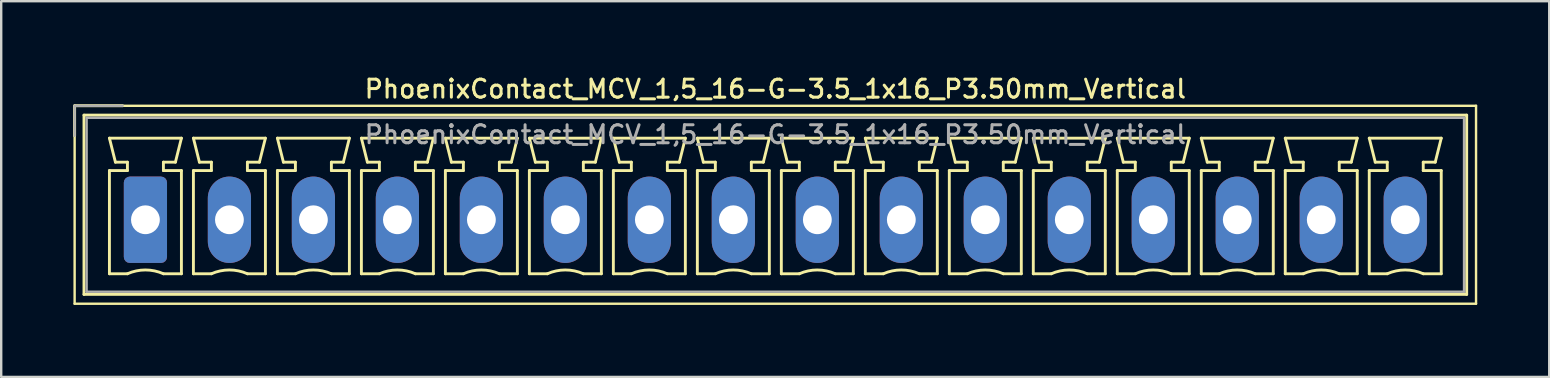
<source format=kicad_pcb>
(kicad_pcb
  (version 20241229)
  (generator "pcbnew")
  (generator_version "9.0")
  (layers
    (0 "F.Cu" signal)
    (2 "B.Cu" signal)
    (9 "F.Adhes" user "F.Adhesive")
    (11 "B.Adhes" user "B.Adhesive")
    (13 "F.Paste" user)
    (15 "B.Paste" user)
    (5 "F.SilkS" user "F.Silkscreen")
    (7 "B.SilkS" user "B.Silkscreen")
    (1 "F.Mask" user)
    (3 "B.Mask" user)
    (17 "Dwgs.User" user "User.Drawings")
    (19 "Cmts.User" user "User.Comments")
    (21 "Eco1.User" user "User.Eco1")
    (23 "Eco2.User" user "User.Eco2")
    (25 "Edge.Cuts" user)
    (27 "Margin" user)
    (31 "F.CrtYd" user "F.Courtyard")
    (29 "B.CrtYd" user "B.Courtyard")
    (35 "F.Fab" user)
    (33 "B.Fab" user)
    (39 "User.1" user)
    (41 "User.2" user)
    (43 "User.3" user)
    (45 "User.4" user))
  (footprint "PhoenixContact_MCV_1,5_16-G-3.5_1x16_P3.50mm_Vertical"
    (layer "F.Cu")
    (at 3.01 6.108)
    (property "Reference" "PhoenixContact_MCV_1,5_16-G-3.5_1x16_P3.50mm_Vertical" (at 26.25 -5.45 0) (layer "F.SilkS") (effects (font (size 0.75 0.75) (thickness 0.125))))
    (attr through_hole)
    (fp_line (start -2.95 -4.75) (end -2.95 3.5) (stroke (width 0.1) (type solid)) (layer "F.SilkS"))
    (fp_line (start -2.95 -4.75) (end -0.95 -4.75) (stroke (width 0.12) (type solid)) (layer "F.SilkS"))
    (fp_line (start -2.95 -3.5) (end -2.95 -4.75) (stroke (width 0.12) (type solid)) (layer "F.SilkS"))
    (fp_line (start -2.95 3.5) (end 55.45 3.5) (stroke (width 0.1) (type solid)) (layer "F.SilkS"))
    (fp_line (start -2.56 -4.36) (end -2.56 3.11) (stroke (width 0.12) (type solid)) (layer "F.SilkS"))
    (fp_line (start -2.56 3.11) (end 55.06 3.11) (stroke (width 0.12) (type solid)) (layer "F.SilkS"))
    (fp_line (start -1.5 -3.4) (end 1.5 -3.4) (stroke (width 0.12) (type solid)) (layer "F.SilkS"))
    (fp_line (start -1.5 -2.05) (end -0.75 -2.05) (stroke (width 0.12) (type solid)) (layer "F.SilkS"))
    (fp_line (start -1.5 2.25) (end -1.5 -2.05) (stroke (width 0.12) (type solid)) (layer "F.SilkS"))
    (fp_line (start -1.25 -2.4) (end -1.5 -3.4) (stroke (width 0.12) (type solid)) (layer "F.SilkS"))
    (fp_line (start -0.75 -2.4) (end -1.25 -2.4) (stroke (width 0.12) (type solid)) (layer "F.SilkS"))
    (fp_line (start -0.75 -2.05) (end -0.75 -2.4) (stroke (width 0.12) (type solid)) (layer "F.SilkS"))
    (fp_line (start -0.75 2.25) (end -1.5 2.25) (stroke (width 0.12) (type solid)) (layer "F.SilkS"))
    (fp_line (start 0.75 -2.4) (end 0.75 -2.05) (stroke (width 0.12) (type solid)) (layer "F.SilkS"))
    (fp_line (start 0.75 -2.05) (end 1.5 -2.05) (stroke (width 0.12) (type solid)) (layer "F.SilkS"))
    (fp_line (start 1.25 -2.4) (end 0.75 -2.4) (stroke (width 0.12) (type solid)) (layer "F.SilkS"))
    (fp_line (start 1.5 -3.4) (end 1.25 -2.4) (stroke (width 0.12) (type solid)) (layer "F.SilkS"))
    (fp_line (start 1.5 -2.05) (end 1.5 2.25) (stroke (width 0.12) (type solid)) (layer "F.SilkS"))
    (fp_line (start 1.5 2.25) (end 0.75 2.25) (stroke (width 0.12) (type solid)) (layer "F.SilkS"))
    (fp_line (start 2 -3.4) (end 5 -3.4) (stroke (width 0.12) (type solid)) (layer "F.SilkS"))
    (fp_line (start 2 -2.05) (end 2.75 -2.05) (stroke (width 0.12) (type solid)) (layer "F.SilkS"))
    (fp_line (start 2 2.25) (end 2 -2.05) (stroke (width 0.12) (type solid)) (layer "F.SilkS"))
    (fp_line (start 2.25 -2.4) (end 2 -3.4) (stroke (width 0.12) (type solid)) (layer "F.SilkS"))
    (fp_line (start 2.75 -2.4) (end 2.25 -2.4) (stroke (width 0.12) (type solid)) (layer "F.SilkS"))
    (fp_line (start 2.75 -2.05) (end 2.75 -2.4) (stroke (width 0.12) (type solid)) (layer "F.SilkS"))
    (fp_line (start 2.75 2.25) (end 2 2.25) (stroke (width 0.12) (type solid)) (layer "F.SilkS"))
    (fp_line (start 4.25 -2.4) (end 4.25 -2.05) (stroke (width 0.12) (type solid)) (layer "F.SilkS"))
    (fp_line (start 4.25 -2.05) (end 5 -2.05) (stroke (width 0.12) (type solid)) (layer "F.SilkS"))
    (fp_line (start 4.75 -2.4) (end 4.25 -2.4) (stroke (width 0.12) (type solid)) (layer "F.SilkS"))
    (fp_line (start 5 -3.4) (end 4.75 -2.4) (stroke (width 0.12) (type solid)) (layer "F.SilkS"))
    (fp_line (start 5 -2.05) (end 5 2.25) (stroke (width 0.12) (type solid)) (layer "F.SilkS"))
    (fp_line (start 5 2.25) (end 4.25 2.25) (stroke (width 0.12) (type solid)) (layer "F.SilkS"))
    (fp_line (start 5.5 -3.4) (end 8.5 -3.4) (stroke (width 0.12) (type solid)) (layer "F.SilkS"))
    (fp_line (start 5.5 -2.05) (end 6.25 -2.05) (stroke (width 0.12) (type solid)) (layer "F.SilkS"))
    (fp_line (start 5.5 2.25) (end 5.5 -2.05) (stroke (width 0.12) (type solid)) (layer "F.SilkS"))
    (fp_line (start 5.75 -2.4) (end 5.5 -3.4) (stroke (width 0.12) (type solid)) (layer "F.SilkS"))
    (fp_line (start 6.25 -2.4) (end 5.75 -2.4) (stroke (width 0.12) (type solid)) (layer "F.SilkS"))
    (fp_line (start 6.25 -2.05) (end 6.25 -2.4) (stroke (width 0.12) (type solid)) (layer "F.SilkS"))
    (fp_line (start 6.25 2.25) (end 5.5 2.25) (stroke (width 0.12) (type solid)) (layer "F.SilkS"))
    (fp_line (start 7.75 -2.4) (end 7.75 -2.05) (stroke (width 0.12) (type solid)) (layer "F.SilkS"))
    (fp_line (start 7.75 -2.05) (end 8.5 -2.05) (stroke (width 0.12) (type solid)) (layer "F.SilkS"))
    (fp_line (start 8.25 -2.4) (end 7.75 -2.4) (stroke (width 0.12) (type solid)) (layer "F.SilkS"))
    (fp_line (start 8.5 -3.4) (end 8.25 -2.4) (stroke (width 0.12) (type solid)) (layer "F.SilkS"))
    (fp_line (start 8.5 -2.05) (end 8.5 2.25) (stroke (width 0.12) (type solid)) (layer "F.SilkS"))
    (fp_line (start 8.5 2.25) (end 7.75 2.25) (stroke (width 0.12) (type solid)) (layer "F.SilkS"))
    (fp_line (start 9 -3.4) (end 12 -3.4) (stroke (width 0.12) (type solid)) (layer "F.SilkS"))
    (fp_line (start 9 -2.05) (end 9.75 -2.05) (stroke (width 0.12) (type solid)) (layer "F.SilkS"))
    (fp_line (start 9 2.25) (end 9 -2.05) (stroke (width 0.12) (type solid)) (layer "F.SilkS"))
    (fp_line (start 9.25 -2.4) (end 9 -3.4) (stroke (width 0.12) (type solid)) (layer "F.SilkS"))
    (fp_line (start 9.75 -2.4) (end 9.25 -2.4) (stroke (width 0.12) (type solid)) (layer "F.SilkS"))
    (fp_line (start 9.75 -2.05) (end 9.75 -2.4) (stroke (width 0.12) (type solid)) (layer "F.SilkS"))
    (fp_line (start 9.75 2.25) (end 9 2.25) (stroke (width 0.12) (type solid)) (layer "F.SilkS"))
    (fp_line (start 11.25 -2.4) (end 11.25 -2.05) (stroke (width 0.12) (type solid)) (layer "F.SilkS"))
    (fp_line (start 11.25 -2.05) (end 12 -2.05) (stroke (width 0.12) (type solid)) (layer "F.SilkS"))
    (fp_line (start 11.75 -2.4) (end 11.25 -2.4) (stroke (width 0.12) (type solid)) (layer "F.SilkS"))
    (fp_line (start 12 -3.4) (end 11.75 -2.4) (stroke (width 0.12) (type solid)) (layer "F.SilkS"))
    (fp_line (start 12 -2.05) (end 12 2.25) (stroke (width 0.12) (type solid)) (layer "F.SilkS"))
    (fp_line (start 12 2.25) (end 11.25 2.25) (stroke (width 0.12) (type solid)) (layer "F.SilkS"))
    (fp_line (start 12.5 -3.4) (end 15.5 -3.4) (stroke (width 0.12) (type solid)) (layer "F.SilkS"))
    (fp_line (start 12.5 -2.05) (end 13.25 -2.05) (stroke (width 0.12) (type solid)) (layer "F.SilkS"))
    (fp_line (start 12.5 2.25) (end 12.5 -2.05) (stroke (width 0.12) (type solid)) (layer "F.SilkS"))
    (fp_line (start 12.75 -2.4) (end 12.5 -3.4) (stroke (width 0.12) (type solid)) (layer "F.SilkS"))
    (fp_line (start 13.25 -2.4) (end 12.75 -2.4) (stroke (width 0.12) (type solid)) (layer "F.SilkS"))
    (fp_line (start 13.25 -2.05) (end 13.25 -2.4) (stroke (width 0.12) (type solid)) (layer "F.SilkS"))
    (fp_line (start 13.25 2.25) (end 12.5 2.25) (stroke (width 0.12) (type solid)) (layer "F.SilkS"))
    (fp_line (start 14.75 -2.4) (end 14.75 -2.05) (stroke (width 0.12) (type solid)) (layer "F.SilkS"))
    (fp_line (start 14.75 -2.05) (end 15.5 -2.05) (stroke (width 0.12) (type solid)) (layer "F.SilkS"))
    (fp_line (start 15.25 -2.4) (end 14.75 -2.4) (stroke (width 0.12) (type solid)) (layer "F.SilkS"))
    (fp_line (start 15.5 -3.4) (end 15.25 -2.4) (stroke (width 0.12) (type solid)) (layer "F.SilkS"))
    (fp_line (start 15.5 -2.05) (end 15.5 2.25) (stroke (width 0.12) (type solid)) (layer "F.SilkS"))
    (fp_line (start 15.5 2.25) (end 14.75 2.25) (stroke (width 0.12) (type solid)) (layer "F.SilkS"))
    (fp_line (start 16 -3.4) (end 19 -3.4) (stroke (width 0.12) (type solid)) (layer "F.SilkS"))
    (fp_line (start 16 -2.05) (end 16.75 -2.05) (stroke (width 0.12) (type solid)) (layer "F.SilkS"))
    (fp_line (start 16 2.25) (end 16 -2.05) (stroke (width 0.12) (type solid)) (layer "F.SilkS"))
    (fp_line (start 16.25 -2.4) (end 16 -3.4) (stroke (width 0.12) (type solid)) (layer "F.SilkS"))
    (fp_line (start 16.75 -2.4) (end 16.25 -2.4) (stroke (width 0.12) (type solid)) (layer "F.SilkS"))
    (fp_line (start 16.75 -2.05) (end 16.75 -2.4) (stroke (width 0.12) (type solid)) (layer "F.SilkS"))
    (fp_line (start 16.75 2.25) (end 16 2.25) (stroke (width 0.12) (type solid)) (layer "F.SilkS"))
    (fp_line (start 18.25 -2.4) (end 18.25 -2.05) (stroke (width 0.12) (type solid)) (layer "F.SilkS"))
    (fp_line (start 18.25 -2.05) (end 19 -2.05) (stroke (width 0.12) (type solid)) (layer "F.SilkS"))
    (fp_line (start 18.75 -2.4) (end 18.25 -2.4) (stroke (width 0.12) (type solid)) (layer "F.SilkS"))
    (fp_line (start 19 -3.4) (end 18.75 -2.4) (stroke (width 0.12) (type solid)) (layer "F.SilkS"))
    (fp_line (start 19 -2.05) (end 19 2.25) (stroke (width 0.12) (type solid)) (layer "F.SilkS"))
    (fp_line (start 19 2.25) (end 18.25 2.25) (stroke (width 0.12) (type solid)) (layer "F.SilkS"))
    (fp_line (start 19.5 -3.4) (end 22.5 -3.4) (stroke (width 0.12) (type solid)) (layer "F.SilkS"))
    (fp_line (start 19.5 -2.05) (end 20.25 -2.05) (stroke (width 0.12) (type solid)) (layer "F.SilkS"))
    (fp_line (start 19.5 2.25) (end 19.5 -2.05) (stroke (width 0.12) (type solid)) (layer "F.SilkS"))
    (fp_line (start 19.75 -2.4) (end 19.5 -3.4) (stroke (width 0.12) (type solid)) (layer "F.SilkS"))
    (fp_line (start 20.25 -2.4) (end 19.75 -2.4) (stroke (width 0.12) (type solid)) (layer "F.SilkS"))
    (fp_line (start 20.25 -2.05) (end 20.25 -2.4) (stroke (width 0.12) (type solid)) (layer "F.SilkS"))
    (fp_line (start 20.25 2.25) (end 19.5 2.25) (stroke (width 0.12) (type solid)) (layer "F.SilkS"))
    (fp_line (start 21.75 -2.4) (end 21.75 -2.05) (stroke (width 0.12) (type solid)) (layer "F.SilkS"))
    (fp_line (start 21.75 -2.05) (end 22.5 -2.05) (stroke (width 0.12) (type solid)) (layer "F.SilkS"))
    (fp_line (start 22.25 -2.4) (end 21.75 -2.4) (stroke (width 0.12) (type solid)) (layer "F.SilkS"))
    (fp_line (start 22.5 -3.4) (end 22.25 -2.4) (stroke (width 0.12) (type solid)) (layer "F.SilkS"))
    (fp_line (start 22.5 -2.05) (end 22.5 2.25) (stroke (width 0.12) (type solid)) (layer "F.SilkS"))
    (fp_line (start 22.5 2.25) (end 21.75 2.25) (stroke (width 0.12) (type solid)) (layer "F.SilkS"))
    (fp_line (start 23 -3.4) (end 26 -3.4) (stroke (width 0.12) (type solid)) (layer "F.SilkS"))
    (fp_line (start 23 -2.05) (end 23.75 -2.05) (stroke (width 0.12) (type solid)) (layer "F.SilkS"))
    (fp_line (start 23 2.25) (end 23 -2.05) (stroke (width 0.12) (type solid)) (layer "F.SilkS"))
    (fp_line (start 23.25 -2.4) (end 23 -3.4) (stroke (width 0.12) (type solid)) (layer "F.SilkS"))
    (fp_line (start 23.75 -2.4) (end 23.25 -2.4) (stroke (width 0.12) (type solid)) (layer "F.SilkS"))
    (fp_line (start 23.75 -2.05) (end 23.75 -2.4) (stroke (width 0.12) (type solid)) (layer "F.SilkS"))
    (fp_line (start 23.75 2.25) (end 23 2.25) (stroke (width 0.12) (type solid)) (layer "F.SilkS"))
    (fp_line (start 25.25 -2.4) (end 25.25 -2.05) (stroke (width 0.12) (type solid)) (layer "F.SilkS"))
    (fp_line (start 25.25 -2.05) (end 26 -2.05) (stroke (width 0.12) (type solid)) (layer "F.SilkS"))
    (fp_line (start 25.75 -2.4) (end 25.25 -2.4) (stroke (width 0.12) (type solid)) (layer "F.SilkS"))
    (fp_line (start 26 -3.4) (end 25.75 -2.4) (stroke (width 0.12) (type solid)) (layer "F.SilkS"))
    (fp_line (start 26 -2.05) (end 26 2.25) (stroke (width 0.12) (type solid)) (layer "F.SilkS"))
    (fp_line (start 26 2.25) (end 25.25 2.25) (stroke (width 0.12) (type solid)) (layer "F.SilkS"))
    (fp_line (start 26.5 -3.4) (end 29.5 -3.4) (stroke (width 0.12) (type solid)) (layer "F.SilkS"))
    (fp_line (start 26.5 -2.05) (end 27.25 -2.05) (stroke (width 0.12) (type solid)) (layer "F.SilkS"))
    (fp_line (start 26.5 2.25) (end 26.5 -2.05) (stroke (width 0.12) (type solid)) (layer "F.SilkS"))
    (fp_line (start 26.75 -2.4) (end 26.5 -3.4) (stroke (width 0.12) (type solid)) (layer "F.SilkS"))
    (fp_line (start 27.25 -2.4) (end 26.75 -2.4) (stroke (width 0.12) (type solid)) (layer "F.SilkS"))
    (fp_line (start 27.25 -2.05) (end 27.25 -2.4) (stroke (width 0.12) (type solid)) (layer "F.SilkS"))
    (fp_line (start 27.25 2.25) (end 26.5 2.25) (stroke (width 0.12) (type solid)) (layer "F.SilkS"))
    (fp_line (start 28.75 -2.4) (end 28.75 -2.05) (stroke (width 0.12) (type solid)) (layer "F.SilkS"))
    (fp_line (start 28.75 -2.05) (end 29.5 -2.05) (stroke (width 0.12) (type solid)) (layer "F.SilkS"))
    (fp_line (start 29.25 -2.4) (end 28.75 -2.4) (stroke (width 0.12) (type solid)) (layer "F.SilkS"))
    (fp_line (start 29.5 -3.4) (end 29.25 -2.4) (stroke (width 0.12) (type solid)) (layer "F.SilkS"))
    (fp_line (start 29.5 -2.05) (end 29.5 2.25) (stroke (width 0.12) (type solid)) (layer "F.SilkS"))
    (fp_line (start 29.5 2.25) (end 28.75 2.25) (stroke (width 0.12) (type solid)) (layer "F.SilkS"))
    (fp_line (start 30 -3.4) (end 33 -3.4) (stroke (width 0.12) (type solid)) (layer "F.SilkS"))
    (fp_line (start 30 -2.05) (end 30.75 -2.05) (stroke (width 0.12) (type solid)) (layer "F.SilkS"))
    (fp_line (start 30 2.25) (end 30 -2.05) (stroke (width 0.12) (type solid)) (layer "F.SilkS"))
    (fp_line (start 30.25 -2.4) (end 30 -3.4) (stroke (width 0.12) (type solid)) (layer "F.SilkS"))
    (fp_line (start 30.75 -2.4) (end 30.25 -2.4) (stroke (width 0.12) (type solid)) (layer "F.SilkS"))
    (fp_line (start 30.75 -2.05) (end 30.75 -2.4) (stroke (width 0.12) (type solid)) (layer "F.SilkS"))
    (fp_line (start 30.75 2.25) (end 30 2.25) (stroke (width 0.12) (type solid)) (layer "F.SilkS"))
    (fp_line (start 32.25 -2.4) (end 32.25 -2.05) (stroke (width 0.12) (type solid)) (layer "F.SilkS"))
    (fp_line (start 32.25 -2.05) (end 33 -2.05) (stroke (width 0.12) (type solid)) (layer "F.SilkS"))
    (fp_line (start 32.75 -2.4) (end 32.25 -2.4) (stroke (width 0.12) (type solid)) (layer "F.SilkS"))
    (fp_line (start 33 -3.4) (end 32.75 -2.4) (stroke (width 0.12) (type solid)) (layer "F.SilkS"))
    (fp_line (start 33 -2.05) (end 33 2.25) (stroke (width 0.12) (type solid)) (layer "F.SilkS"))
    (fp_line (start 33 2.25) (end 32.25 2.25) (stroke (width 0.12) (type solid)) (layer "F.SilkS"))
    (fp_line (start 33.5 -3.4) (end 36.5 -3.4) (stroke (width 0.12) (type solid)) (layer "F.SilkS"))
    (fp_line (start 33.5 -2.05) (end 34.25 -2.05) (stroke (width 0.12) (type solid)) (layer "F.SilkS"))
    (fp_line (start 33.5 2.25) (end 33.5 -2.05) (stroke (width 0.12) (type solid)) (layer "F.SilkS"))
    (fp_line (start 33.75 -2.4) (end 33.5 -3.4) (stroke (width 0.12) (type solid)) (layer "F.SilkS"))
    (fp_line (start 34.25 -2.4) (end 33.75 -2.4) (stroke (width 0.12) (type solid)) (layer "F.SilkS"))
    (fp_line (start 34.25 -2.05) (end 34.25 -2.4) (stroke (width 0.12) (type solid)) (layer "F.SilkS"))
    (fp_line (start 34.25 2.25) (end 33.5 2.25) (stroke (width 0.12) (type solid)) (layer "F.SilkS"))
    (fp_line (start 35.75 -2.4) (end 35.75 -2.05) (stroke (width 0.12) (type solid)) (layer "F.SilkS"))
    (fp_line (start 35.75 -2.05) (end 36.5 -2.05) (stroke (width 0.12) (type solid)) (layer "F.SilkS"))
    (fp_line (start 36.25 -2.4) (end 35.75 -2.4) (stroke (width 0.12) (type solid)) (layer "F.SilkS"))
    (fp_line (start 36.5 -3.4) (end 36.25 -2.4) (stroke (width 0.12) (type solid)) (layer "F.SilkS"))
    (fp_line (start 36.5 -2.05) (end 36.5 2.25) (stroke (width 0.12) (type solid)) (layer "F.SilkS"))
    (fp_line (start 36.5 2.25) (end 35.75 2.25) (stroke (width 0.12) (type solid)) (layer "F.SilkS"))
    (fp_line (start 37 -3.4) (end 40 -3.4) (stroke (width 0.12) (type solid)) (layer "F.SilkS"))
    (fp_line (start 37 -2.05) (end 37.75 -2.05) (stroke (width 0.12) (type solid)) (layer "F.SilkS"))
    (fp_line (start 37 2.25) (end 37 -2.05) (stroke (width 0.12) (type solid)) (layer "F.SilkS"))
    (fp_line (start 37.25 -2.4) (end 37 -3.4) (stroke (width 0.12) (type solid)) (layer "F.SilkS"))
    (fp_line (start 37.75 -2.4) (end 37.25 -2.4) (stroke (width 0.12) (type solid)) (layer "F.SilkS"))
    (fp_line (start 37.75 -2.05) (end 37.75 -2.4) (stroke (width 0.12) (type solid)) (layer "F.SilkS"))
    (fp_line (start 37.75 2.25) (end 37 2.25) (stroke (width 0.12) (type solid)) (layer "F.SilkS"))
    (fp_line (start 39.25 -2.4) (end 39.25 -2.05) (stroke (width 0.12) (type solid)) (layer "F.SilkS"))
    (fp_line (start 39.25 -2.05) (end 40 -2.05) (stroke (width 0.12) (type solid)) (layer "F.SilkS"))
    (fp_line (start 39.75 -2.4) (end 39.25 -2.4) (stroke (width 0.12) (type solid)) (layer "F.SilkS"))
    (fp_line (start 40 -3.4) (end 39.75 -2.4) (stroke (width 0.12) (type solid)) (layer "F.SilkS"))
    (fp_line (start 40 -2.05) (end 40 2.25) (stroke (width 0.12) (type solid)) (layer "F.SilkS"))
    (fp_line (start 40 2.25) (end 39.25 2.25) (stroke (width 0.12) (type solid)) (layer "F.SilkS"))
    (fp_line (start 40.5 -3.4) (end 43.5 -3.4) (stroke (width 0.12) (type solid)) (layer "F.SilkS"))
    (fp_line (start 40.5 -2.05) (end 41.25 -2.05) (stroke (width 0.12) (type solid)) (layer "F.SilkS"))
    (fp_line (start 40.5 2.25) (end 40.5 -2.05) (stroke (width 0.12) (type solid)) (layer "F.SilkS"))
    (fp_line (start 40.75 -2.4) (end 40.5 -3.4) (stroke (width 0.12) (type solid)) (layer "F.SilkS"))
    (fp_line (start 41.25 -2.4) (end 40.75 -2.4) (stroke (width 0.12) (type solid)) (layer "F.SilkS"))
    (fp_line (start 41.25 -2.05) (end 41.25 -2.4) (stroke (width 0.12) (type solid)) (layer "F.SilkS"))
    (fp_line (start 41.25 2.25) (end 40.5 2.25) (stroke (width 0.12) (type solid)) (layer "F.SilkS"))
    (fp_line (start 42.75 -2.4) (end 42.75 -2.05) (stroke (width 0.12) (type solid)) (layer "F.SilkS"))
    (fp_line (start 42.75 -2.05) (end 43.5 -2.05) (stroke (width 0.12) (type solid)) (layer "F.SilkS"))
    (fp_line (start 43.25 -2.4) (end 42.75 -2.4) (stroke (width 0.12) (type solid)) (layer "F.SilkS"))
    (fp_line (start 43.5 -3.4) (end 43.25 -2.4) (stroke (width 0.12) (type solid)) (layer "F.SilkS"))
    (fp_line (start 43.5 -2.05) (end 43.5 2.25) (stroke (width 0.12) (type solid)) (layer "F.SilkS"))
    (fp_line (start 43.5 2.25) (end 42.75 2.25) (stroke (width 0.12) (type solid)) (layer "F.SilkS"))
    (fp_line (start 44 -3.4) (end 47 -3.4) (stroke (width 0.12) (type solid)) (layer "F.SilkS"))
    (fp_line (start 44 -2.05) (end 44.75 -2.05) (stroke (width 0.12) (type solid)) (layer "F.SilkS"))
    (fp_line (start 44 2.25) (end 44 -2.05) (stroke (width 0.12) (type solid)) (layer "F.SilkS"))
    (fp_line (start 44.25 -2.4) (end 44 -3.4) (stroke (width 0.12) (type solid)) (layer "F.SilkS"))
    (fp_line (start 44.75 -2.4) (end 44.25 -2.4) (stroke (width 0.12) (type solid)) (layer "F.SilkS"))
    (fp_line (start 44.75 -2.05) (end 44.75 -2.4) (stroke (width 0.12) (type solid)) (layer "F.SilkS"))
    (fp_line (start 44.75 2.25) (end 44 2.25) (stroke (width 0.12) (type solid)) (layer "F.SilkS"))
    (fp_line (start 46.25 -2.4) (end 46.25 -2.05) (stroke (width 0.12) (type solid)) (layer "F.SilkS"))
    (fp_line (start 46.25 -2.05) (end 47 -2.05) (stroke (width 0.12) (type solid)) (layer "F.SilkS"))
    (fp_line (start 46.75 -2.4) (end 46.25 -2.4) (stroke (width 0.12) (type solid)) (layer "F.SilkS"))
    (fp_line (start 47 -3.4) (end 46.75 -2.4) (stroke (width 0.12) (type solid)) (layer "F.SilkS"))
    (fp_line (start 47 -2.05) (end 47 2.25) (stroke (width 0.12) (type solid)) (layer "F.SilkS"))
    (fp_line (start 47 2.25) (end 46.25 2.25) (stroke (width 0.12) (type solid)) (layer "F.SilkS"))
    (fp_line (start 47.5 -3.4) (end 50.5 -3.4) (stroke (width 0.12) (type solid)) (layer "F.SilkS"))
    (fp_line (start 47.5 -2.05) (end 48.25 -2.05) (stroke (width 0.12) (type solid)) (layer "F.SilkS"))
    (fp_line (start 47.5 2.25) (end 47.5 -2.05) (stroke (width 0.12) (type solid)) (layer "F.SilkS"))
    (fp_line (start 47.75 -2.4) (end 47.5 -3.4) (stroke (width 0.12) (type solid)) (layer "F.SilkS"))
    (fp_line (start 48.25 -2.4) (end 47.75 -2.4) (stroke (width 0.12) (type solid)) (layer "F.SilkS"))
    (fp_line (start 48.25 -2.05) (end 48.25 -2.4) (stroke (width 0.12) (type solid)) (layer "F.SilkS"))
    (fp_line (start 48.25 2.25) (end 47.5 2.25) (stroke (width 0.12) (type solid)) (layer "F.SilkS"))
    (fp_line (start 49.75 -2.4) (end 49.75 -2.05) (stroke (width 0.12) (type solid)) (layer "F.SilkS"))
    (fp_line (start 49.75 -2.05) (end 50.5 -2.05) (stroke (width 0.12) (type solid)) (layer "F.SilkS"))
    (fp_line (start 50.25 -2.4) (end 49.75 -2.4) (stroke (width 0.12) (type solid)) (layer "F.SilkS"))
    (fp_line (start 50.5 -3.4) (end 50.25 -2.4) (stroke (width 0.12) (type solid)) (layer "F.SilkS"))
    (fp_line (start 50.5 -2.05) (end 50.5 2.25) (stroke (width 0.12) (type solid)) (layer "F.SilkS"))
    (fp_line (start 50.5 2.25) (end 49.75 2.25) (stroke (width 0.12) (type solid)) (layer "F.SilkS"))
    (fp_line (start 51 -3.4) (end 54 -3.4) (stroke (width 0.12) (type solid)) (layer "F.SilkS"))
    (fp_line (start 51 -2.05) (end 51.75 -2.05) (stroke (width 0.12) (type solid)) (layer "F.SilkS"))
    (fp_line (start 51 2.25) (end 51 -2.05) (stroke (width 0.12) (type solid)) (layer "F.SilkS"))
    (fp_line (start 51.25 -2.4) (end 51 -3.4) (stroke (width 0.12) (type solid)) (layer "F.SilkS"))
    (fp_line (start 51.75 -2.4) (end 51.25 -2.4) (stroke (width 0.12) (type solid)) (layer "F.SilkS"))
    (fp_line (start 51.75 -2.05) (end 51.75 -2.4) (stroke (width 0.12) (type solid)) (layer "F.SilkS"))
    (fp_line (start 51.75 2.25) (end 51 2.25) (stroke (width 0.12) (type solid)) (layer "F.SilkS"))
    (fp_line (start 53.25 -2.4) (end 53.25 -2.05) (stroke (width 0.12) (type solid)) (layer "F.SilkS"))
    (fp_line (start 53.25 -2.05) (end 54 -2.05) (stroke (width 0.12) (type solid)) (layer "F.SilkS"))
    (fp_line (start 53.75 -2.4) (end 53.25 -2.4) (stroke (width 0.12) (type solid)) (layer "F.SilkS"))
    (fp_line (start 54 -3.4) (end 53.75 -2.4) (stroke (width 0.12) (type solid)) (layer "F.SilkS"))
    (fp_line (start 54 -2.05) (end 54 2.25) (stroke (width 0.12) (type solid)) (layer "F.SilkS"))
    (fp_line (start 54 2.25) (end 53.25 2.25) (stroke (width 0.12) (type solid)) (layer "F.SilkS"))
    (fp_line (start 55.06 -4.36) (end -2.56 -4.36) (stroke (width 0.12) (type solid)) (layer "F.SilkS"))
    (fp_line (start 55.06 3.11) (end 55.06 -4.36) (stroke (width 0.12) (type solid)) (layer "F.SilkS"))
    (fp_line (start 55.45 -4.75) (end -2.95 -4.75) (stroke (width 0.1) (type solid)) (layer "F.SilkS"))
    (fp_line (start 55.45 3.5) (end 55.45 -4.75) (stroke (width 0.1) (type solid)) (layer "F.SilkS"))
    (fp_arc (start -0.75 2.25) (mid -0.000193 2.09191) (end 0.749647 2.249844) (stroke (width 0.12) (type solid)) (layer "F.SilkS"))
    (fp_arc (start 2.75 2.25) (mid 3.499807 2.09191) (end 4.249647 2.249844) (stroke (width 0.12) (type solid)) (layer "F.SilkS"))
    (fp_arc (start 6.25 2.25) (mid 6.999807 2.09191) (end 7.749647 2.249844) (stroke (width 0.12) (type solid)) (layer "F.SilkS"))
    (fp_arc (start 9.75 2.25) (mid 10.499807 2.09191) (end 11.249647 2.249844) (stroke (width 0.12) (type solid)) (layer "F.SilkS"))
    (fp_arc (start 13.25 2.25) (mid 13.999807 2.09191) (end 14.749647 2.249844) (stroke (width 0.12) (type solid)) (layer "F.SilkS"))
    (fp_arc (start 16.75 2.25) (mid 17.499807 2.09191) (end 18.249647 2.249844) (stroke (width 0.12) (type solid)) (layer "F.SilkS"))
    (fp_arc (start 20.25 2.25) (mid 20.999807 2.09191) (end 21.749647 2.249844) (stroke (width 0.12) (type solid)) (layer "F.SilkS"))
    (fp_arc (start 23.75 2.25) (mid 24.499807 2.09191) (end 25.249647 2.249844) (stroke (width 0.12) (type solid)) (layer "F.SilkS"))
    (fp_arc (start 27.25 2.25) (mid 27.999807 2.09191) (end 28.749647 2.249844) (stroke (width 0.12) (type solid)) (layer "F.SilkS"))
    (fp_arc (start 30.75 2.25) (mid 31.499807 2.09191) (end 32.249647 2.249844) (stroke (width 0.12) (type solid)) (layer "F.SilkS"))
    (fp_arc (start 34.25 2.25) (mid 34.999807 2.09191) (end 35.749647 2.249844) (stroke (width 0.12) (type solid)) (layer "F.SilkS"))
    (fp_arc (start 37.75 2.25) (mid 38.499807 2.09191) (end 39.249647 2.249844) (stroke (width 0.12) (type solid)) (layer "F.SilkS"))
    (fp_arc (start 41.25 2.25) (mid 41.999807 2.09191) (end 42.749647 2.249844) (stroke (width 0.12) (type solid)) (layer "F.SilkS"))
    (fp_arc (start 44.75 2.25) (mid 45.499807 2.09191) (end 46.249647 2.249844) (stroke (width 0.12) (type solid)) (layer "F.SilkS"))
    (fp_arc (start 48.25 2.25) (mid 48.999807 2.09191) (end 49.749647 2.249844) (stroke (width 0.12) (type solid)) (layer "F.SilkS"))
    (fp_arc (start 51.75 2.25) (mid 52.499807 2.09191) (end 53.249647 2.249844) (stroke (width 0.12) (type solid)) (layer "F.SilkS"))
    (fp_line (start -2.95 -4.75) (end -0.95 -4.75) (stroke (width 0.1) (type solid)) (layer "F.Fab"))
    (fp_line (start -2.95 -3.5) (end -2.95 -4.75) (stroke (width 0.1) (type solid)) (layer "F.Fab"))
    (fp_line (start -2.45 -4.25) (end -2.45 3) (stroke (width 0.1) (type solid)) (layer "F.Fab"))
    (fp_line (start -2.45 3) (end 54.95 3) (stroke (width 0.1) (type solid)) (layer "F.Fab"))
    (fp_line (start 54.95 -4.25) (end -2.45 -4.25) (stroke (width 0.1) (type solid)) (layer "F.Fab"))
    (fp_line (start 54.95 3) (end 54.95 -4.25) (stroke (width 0.1) (type solid)) (layer "F.Fab"))
    (fp_text user "${REFERENCE}" (at 26.25 -3.55 0) (layer "F.Fab") (effects (font (size 0.75 0.75) (thickness 0.125))))
    (pad "1" thru_hole roundrect (at 0 0) (size 1.8 3.6) (drill 1.2) (layers "*.Cu" "*.Mask") (roundrect_rratio 0.139))
    (pad "2" thru_hole oval (at 3.5 0) (size 1.8 3.6) (drill 1.2) (layers "*.Cu" "*.Mask"))
    (pad "3" thru_hole oval (at 7 0) (size 1.8 3.6) (drill 1.2) (layers "*.Cu" "*.Mask"))
    (pad "4" thru_hole oval (at 10.5 0) (size 1.8 3.6) (drill 1.2) (layers "*.Cu" "*.Mask"))
    (pad "5" thru_hole oval (at 14 0) (size 1.8 3.6) (drill 1.2) (layers "*.Cu" "*.Mask"))
    (pad "6" thru_hole oval (at 17.5 0) (size 1.8 3.6) (drill 1.2) (layers "*.Cu" "*.Mask"))
    (pad "7" thru_hole oval (at 21 0) (size 1.8 3.6) (drill 1.2) (layers "*.Cu" "*.Mask"))
    (pad "8" thru_hole oval (at 24.5 0) (size 1.8 3.6) (drill 1.2) (layers "*.Cu" "*.Mask"))
    (pad "9" thru_hole oval (at 28 0) (size 1.8 3.6) (drill 1.2) (layers "*.Cu" "*.Mask"))
    (pad "10" thru_hole oval (at 31.5 0) (size 1.8 3.6) (drill 1.2) (layers "*.Cu" "*.Mask"))
    (pad "11" thru_hole oval (at 35 0) (size 1.8 3.6) (drill 1.2) (layers "*.Cu" "*.Mask"))
    (pad "12" thru_hole oval (at 38.5 0) (size 1.8 3.6) (drill 1.2) (layers "*.Cu" "*.Mask"))
    (pad "13" thru_hole oval (at 42 0) (size 1.8 3.6) (drill 1.2) (layers "*.Cu" "*.Mask"))
    (pad "14" thru_hole oval (at 45.5 0) (size 1.8 3.6) (drill 1.2) (layers "*.Cu" "*.Mask"))
    (pad "15" thru_hole oval (at 49 0) (size 1.8 3.6) (drill 1.2) (layers "*.Cu" "*.Mask"))
    (pad "16" thru_hole oval (at 52.5 0) (size 1.8 3.6) (drill 1.2) (layers "*.Cu" "*.Mask")))
  (gr_rect
    (start -3 -3)
    (end 61.51 12.658)
    (stroke (width 0.1) (type default))
    (fill no)
    (layer "Edge.Cuts")))
</source>
